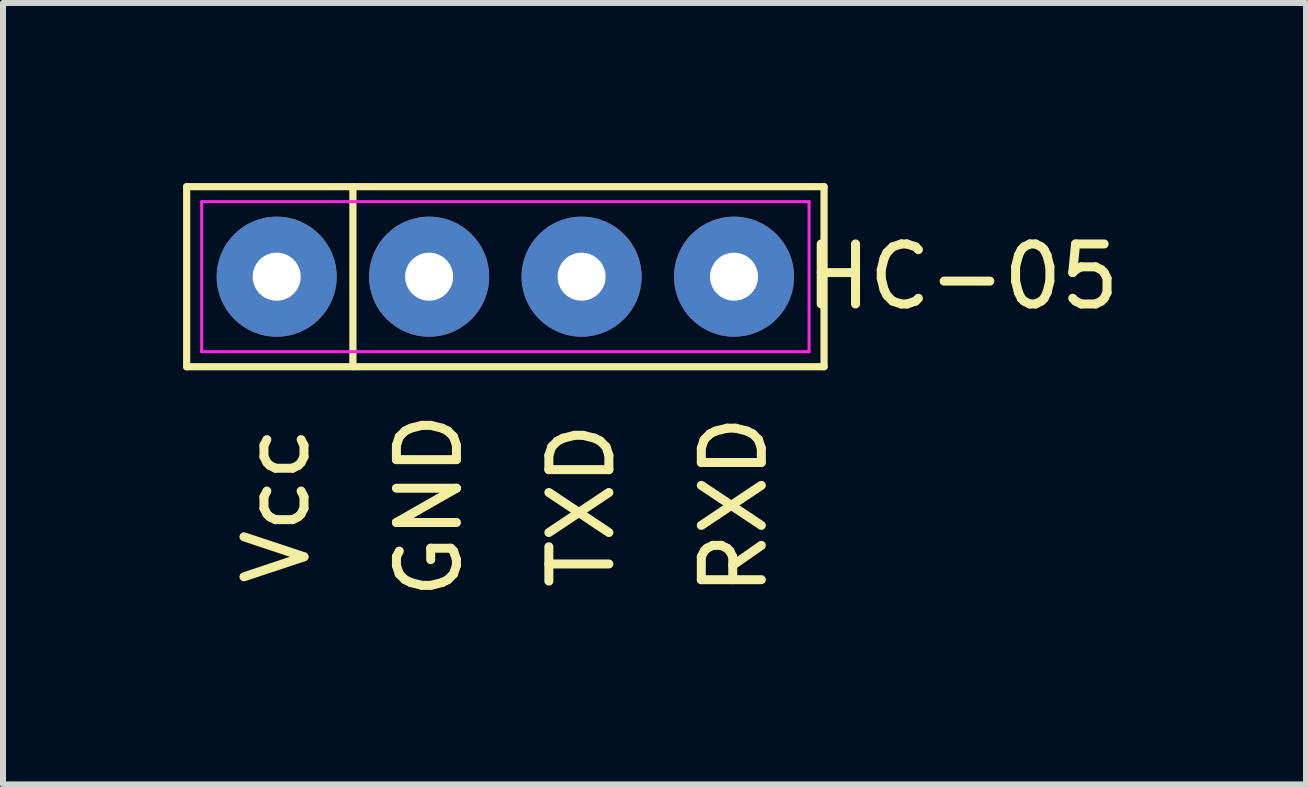
<source format=kicad_pcb>
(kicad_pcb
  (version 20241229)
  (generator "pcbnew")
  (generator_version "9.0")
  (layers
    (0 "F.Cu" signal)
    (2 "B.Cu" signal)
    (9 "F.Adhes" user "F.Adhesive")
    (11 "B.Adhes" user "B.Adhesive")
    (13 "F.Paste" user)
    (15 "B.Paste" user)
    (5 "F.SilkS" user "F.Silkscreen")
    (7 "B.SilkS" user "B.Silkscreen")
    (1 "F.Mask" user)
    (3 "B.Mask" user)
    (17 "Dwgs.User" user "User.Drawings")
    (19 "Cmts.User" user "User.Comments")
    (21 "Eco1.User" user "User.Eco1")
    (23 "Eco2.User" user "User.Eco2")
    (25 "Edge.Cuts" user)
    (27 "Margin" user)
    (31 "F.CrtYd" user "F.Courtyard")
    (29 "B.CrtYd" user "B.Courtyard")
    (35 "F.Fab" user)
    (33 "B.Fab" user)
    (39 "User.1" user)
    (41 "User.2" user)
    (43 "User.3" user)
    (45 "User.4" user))
  (footprint "HC-05"
    (layer "F.Cu")
    (at 5.37 1.56)
    (property "Reference" "HC-05" (at 7.62 0 0) (layer "F.SilkS") (effects (font (size 1 1) (thickness 0.15))))
    (attr through_hole)
    (fp_line (start -5.31 -1.5) (end 5.31 -1.5) (stroke (width 0.12) (type solid)) (layer "F.SilkS"))
    (fp_line (start -5.31 1.5) (end -5.31 -1.5) (stroke (width 0.12) (type solid)) (layer "F.SilkS"))
    (fp_line (start -2.54 -1.5) (end -2.54 1.5) (stroke (width 0.12) (type solid)) (layer "F.SilkS"))
    (fp_line (start 5.31 -1.5) (end 5.31 1.5) (stroke (width 0.12) (type solid)) (layer "F.SilkS"))
    (fp_line (start 5.31 1.5) (end -5.31 1.5) (stroke (width 0.12) (type solid)) (layer "F.SilkS"))
    (fp_line (start -5.06 -1.25) (end 5.06 -1.25) (stroke (width 0.05) (type solid)) (layer "F.CrtYd"))
    (fp_line (start -5.06 1.25) (end -5.06 -1.25) (stroke (width 0.05) (type solid)) (layer "F.CrtYd"))
    (fp_line (start 5.06 -1.25) (end 5.06 1.25) (stroke (width 0.05) (type solid)) (layer "F.CrtYd"))
    (fp_line (start 5.06 1.25) (end -5.06 1.25) (stroke (width 0.05) (type solid)) (layer "F.CrtYd"))
    (fp_text user "GND" (at -1.27 3.81 90) (layer "F.SilkS") (effects (font (size 1 1) (thickness 0.15))))
    (fp_text user "RXD" (at 3.81 3.81 90) (layer "F.SilkS") (effects (font (size 1 1) (thickness 0.15))))
    (fp_text user "Vcc" (at -3.81 3.81 90) (layer "F.SilkS") (effects (font (size 1 1) (thickness 0.15))))
    (fp_text user "TXD" (at 1.27 3.81 90) (layer "F.SilkS") (effects (font (size 1 1) (thickness 0.15))))
    (pad "1" thru_hole circle (at -3.81 0) (size 2 2) (drill 0.8) (layers "*.Cu" "*.Mask"))
    (pad "2" thru_hole circle (at -1.27 0) (size 2 2) (drill 0.8) (layers "*.Cu" "*.Mask"))
    (pad "3" thru_hole circle (at 1.27 0) (size 2 2) (drill 0.8) (layers "*.Cu" "*.Mask"))
    (pad "4" thru_hole circle (at 3.81 0) (size 2 2) (drill 0.8) (layers "*.Cu" "*.Mask")))
  (gr_rect
    (start -3 -3)
    (end 18.71 10.019)
    (stroke (width 0.1) (type default))
    (fill no)
    (layer "Edge.Cuts")))
</source>
